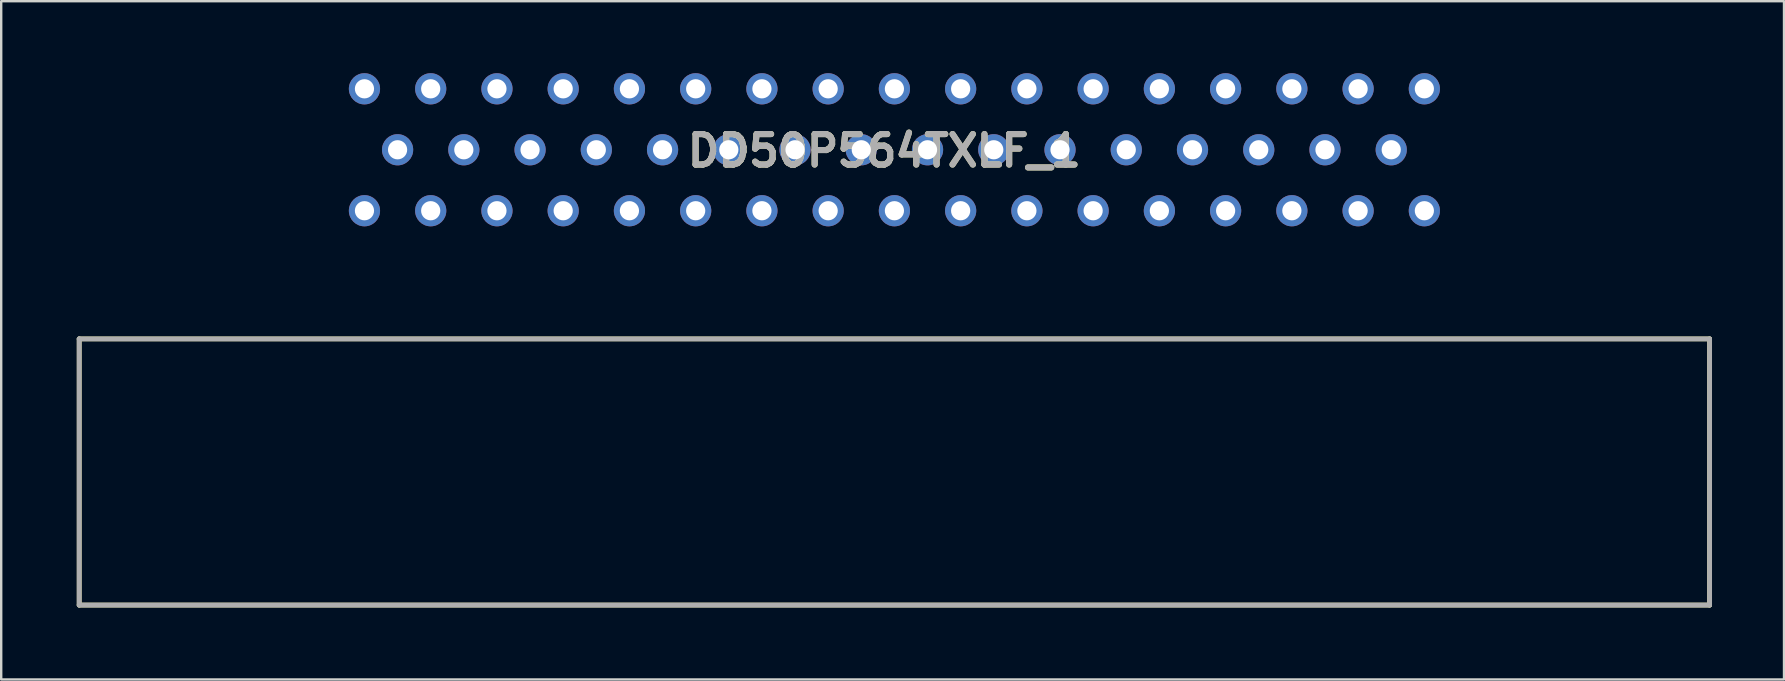
<source format=kicad_pcb>
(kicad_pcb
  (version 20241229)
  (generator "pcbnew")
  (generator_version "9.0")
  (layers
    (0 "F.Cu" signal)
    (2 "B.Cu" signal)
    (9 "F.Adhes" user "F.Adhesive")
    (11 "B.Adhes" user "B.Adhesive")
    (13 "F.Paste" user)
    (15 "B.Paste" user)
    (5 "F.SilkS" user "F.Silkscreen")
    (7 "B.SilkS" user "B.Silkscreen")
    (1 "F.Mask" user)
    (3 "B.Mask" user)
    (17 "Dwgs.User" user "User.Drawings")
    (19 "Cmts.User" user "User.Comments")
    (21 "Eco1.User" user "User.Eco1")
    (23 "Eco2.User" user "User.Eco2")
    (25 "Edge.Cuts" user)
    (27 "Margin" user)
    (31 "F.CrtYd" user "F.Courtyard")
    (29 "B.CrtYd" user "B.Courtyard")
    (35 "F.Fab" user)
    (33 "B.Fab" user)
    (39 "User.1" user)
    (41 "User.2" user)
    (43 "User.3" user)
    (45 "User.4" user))
  (footprint "DD50P564TXLF_1"
    (layer "F.Cu")
    (at 0.25 11.07)
    (property "Reference" "DD50P564TXLF_1" (at 33.545 -7.839 0) (layer "F.SilkS") (effects (font (size 1.27 1.27) (thickness 0.254))))
    (attr through_hole)
    (fp_line (start 0 0) (end 0 11.09) (stroke (width 0.2) (type solid)) (layer "F.SilkS"))
    (fp_line (start 0 11.09) (end 67.93 11.09) (stroke (width 0.2) (type solid)) (layer "F.SilkS"))
    (fp_line (start 67.93 0) (end 0 0) (stroke (width 0.2) (type solid)) (layer "F.SilkS"))
    (fp_line (start 67.93 11.09) (end 67.93 0) (stroke (width 0.2) (type solid)) (layer "F.SilkS"))
    (fp_line (start 0 0) (end 67.93 0) (stroke (width 0.2) (type solid)) (layer "F.Fab"))
    (fp_line (start 0 11.09) (end 0 0) (stroke (width 0.2) (type solid)) (layer "F.Fab"))
    (fp_line (start 67.93 0) (end 67.93 11.09) (stroke (width 0.2) (type solid)) (layer "F.Fab"))
    (fp_line (start 67.93 11.09) (end 0 11.09) (stroke (width 0.2) (type solid)) (layer "F.Fab"))
    (fp_text user "${REFERENCE}" (at 33.545 -7.839 0) (layer "F.Fab") (effects (font (size 1.27 1.27) (thickness 0.254))))
    (pad "1" thru_hole circle (at 11.885 -10.42) (size 1.3 1.3) (drill 0.8) (layers "*.Cu" "*.Mask"))
    (pad "2" thru_hole circle (at 14.645 -10.42) (size 1.3 1.3) (drill 0.8) (layers "*.Cu" "*.Mask"))
    (pad "3" thru_hole circle (at 17.405 -10.42) (size 1.3 1.3) (drill 0.8) (layers "*.Cu" "*.Mask"))
    (pad "4" thru_hole circle (at 20.165 -10.42) (size 1.3 1.3) (drill 0.8) (layers "*.Cu" "*.Mask"))
    (pad "5" thru_hole circle (at 22.925 -10.42) (size 1.3 1.3) (drill 0.8) (layers "*.Cu" "*.Mask"))
    (pad "6" thru_hole circle (at 25.685 -10.42) (size 1.3 1.3) (drill 0.8) (layers "*.Cu" "*.Mask"))
    (pad "7" thru_hole circle (at 28.445 -10.42) (size 1.3 1.3) (drill 0.8) (layers "*.Cu" "*.Mask"))
    (pad "8" thru_hole circle (at 31.205 -10.42) (size 1.3 1.3) (drill 0.8) (layers "*.Cu" "*.Mask"))
    (pad "9" thru_hole circle (at 33.965 -10.42) (size 1.3 1.3) (drill 0.8) (layers "*.Cu" "*.Mask"))
    (pad "10" thru_hole circle (at 36.725 -10.42) (size 1.3 1.3) (drill 0.8) (layers "*.Cu" "*.Mask"))
    (pad "11" thru_hole circle (at 39.485 -10.42) (size 1.3 1.3) (drill 0.8) (layers "*.Cu" "*.Mask"))
    (pad "12" thru_hole circle (at 42.245 -10.42) (size 1.3 1.3) (drill 0.8) (layers "*.Cu" "*.Mask"))
    (pad "13" thru_hole circle (at 45.005 -10.42) (size 1.3 1.3) (drill 0.8) (layers "*.Cu" "*.Mask"))
    (pad "14" thru_hole circle (at 47.765 -10.42) (size 1.3 1.3) (drill 0.8) (layers "*.Cu" "*.Mask"))
    (pad "15" thru_hole circle (at 50.525 -10.42) (size 1.3 1.3) (drill 0.8) (layers "*.Cu" "*.Mask"))
    (pad "16" thru_hole circle (at 53.285 -10.42) (size 1.3 1.3) (drill 0.8) (layers "*.Cu" "*.Mask"))
    (pad "17" thru_hole circle (at 56.045 -10.42) (size 1.3 1.3) (drill 0.8) (layers "*.Cu" "*.Mask"))
    (pad "18" thru_hole circle (at 13.265 -7.88) (size 1.3 1.3) (drill 0.8) (layers "*.Cu" "*.Mask"))
    (pad "19" thru_hole circle (at 16.025 -7.88) (size 1.3 1.3) (drill 0.8) (layers "*.Cu" "*.Mask"))
    (pad "20" thru_hole circle (at 18.785 -7.88) (size 1.3 1.3) (drill 0.8) (layers "*.Cu" "*.Mask"))
    (pad "21" thru_hole circle (at 21.545 -7.88) (size 1.3 1.3) (drill 0.8) (layers "*.Cu" "*.Mask"))
    (pad "22" thru_hole circle (at 24.305 -7.88) (size 1.3 1.3) (drill 0.8) (layers "*.Cu" "*.Mask"))
    (pad "23" thru_hole circle (at 27.065 -7.88) (size 1.3 1.3) (drill 0.8) (layers "*.Cu" "*.Mask"))
    (pad "24" thru_hole circle (at 29.825 -7.88) (size 1.3 1.3) (drill 0.8) (layers "*.Cu" "*.Mask"))
    (pad "25" thru_hole circle (at 32.585 -7.88) (size 1.3 1.3) (drill 0.8) (layers "*.Cu" "*.Mask"))
    (pad "26" thru_hole circle (at 35.345 -7.88) (size 1.3 1.3) (drill 0.8) (layers "*.Cu" "*.Mask"))
    (pad "27" thru_hole circle (at 38.105 -7.88) (size 1.3 1.3) (drill 0.8) (layers "*.Cu" "*.Mask"))
    (pad "28" thru_hole circle (at 40.865 -7.88) (size 1.3 1.3) (drill 0.8) (layers "*.Cu" "*.Mask"))
    (pad "29" thru_hole circle (at 43.625 -7.88) (size 1.3 1.3) (drill 0.8) (layers "*.Cu" "*.Mask"))
    (pad "30" thru_hole circle (at 46.385 -7.88) (size 1.3 1.3) (drill 0.8) (layers "*.Cu" "*.Mask"))
    (pad "31" thru_hole circle (at 49.145 -7.88) (size 1.3 1.3) (drill 0.8) (layers "*.Cu" "*.Mask"))
    (pad "32" thru_hole circle (at 51.905 -7.88) (size 1.3 1.3) (drill 0.8) (layers "*.Cu" "*.Mask"))
    (pad "33" thru_hole circle (at 54.665 -7.88) (size 1.3 1.3) (drill 0.8) (layers "*.Cu" "*.Mask"))
    (pad "34" thru_hole circle (at 11.885 -5.34) (size 1.3 1.3) (drill 0.8) (layers "*.Cu" "*.Mask"))
    (pad "35" thru_hole circle (at 14.645 -5.34) (size 1.3 1.3) (drill 0.8) (layers "*.Cu" "*.Mask"))
    (pad "36" thru_hole circle (at 17.405 -5.34) (size 1.3 1.3) (drill 0.8) (layers "*.Cu" "*.Mask"))
    (pad "37" thru_hole circle (at 20.165 -5.34) (size 1.3 1.3) (drill 0.8) (layers "*.Cu" "*.Mask"))
    (pad "38" thru_hole circle (at 22.925 -5.34) (size 1.3 1.3) (drill 0.8) (layers "*.Cu" "*.Mask"))
    (pad "39" thru_hole circle (at 25.685 -5.34) (size 1.3 1.3) (drill 0.8) (layers "*.Cu" "*.Mask"))
    (pad "40" thru_hole circle (at 28.445 -5.34) (size 1.3 1.3) (drill 0.8) (layers "*.Cu" "*.Mask"))
    (pad "41" thru_hole circle (at 31.205 -5.34) (size 1.3 1.3) (drill 0.8) (layers "*.Cu" "*.Mask"))
    (pad "42" thru_hole circle (at 33.965 -5.34) (size 1.3 1.3) (drill 0.8) (layers "*.Cu" "*.Mask"))
    (pad "43" thru_hole circle (at 36.725 -5.34) (size 1.3 1.3) (drill 0.8) (layers "*.Cu" "*.Mask"))
    (pad "44" thru_hole circle (at 39.485 -5.34) (size 1.3 1.3) (drill 0.8) (layers "*.Cu" "*.Mask"))
    (pad "45" thru_hole circle (at 42.245 -5.34) (size 1.3 1.3) (drill 0.8) (layers "*.Cu" "*.Mask"))
    (pad "46" thru_hole circle (at 45.005 -5.34) (size 1.3 1.3) (drill 0.8) (layers "*.Cu" "*.Mask"))
    (pad "47" thru_hole circle (at 47.765 -5.34) (size 1.3 1.3) (drill 0.8) (layers "*.Cu" "*.Mask"))
    (pad "48" thru_hole circle (at 50.525 -5.34) (size 1.3 1.3) (drill 0.8) (layers "*.Cu" "*.Mask"))
    (pad "49" thru_hole circle (at 53.285 -5.34) (size 1.3 1.3) (drill 0.8) (layers "*.Cu" "*.Mask"))
    (pad "50" thru_hole circle (at 56.045 -5.34) (size 1.3 1.3) (drill 0.8) (layers "*.Cu" "*.Mask")))
  (gr_rect
    (start -3 -3)
    (end 71.28 25.26)
    (stroke (width 0.1) (type default))
    (fill no)
    (layer "Edge.Cuts")))
</source>
